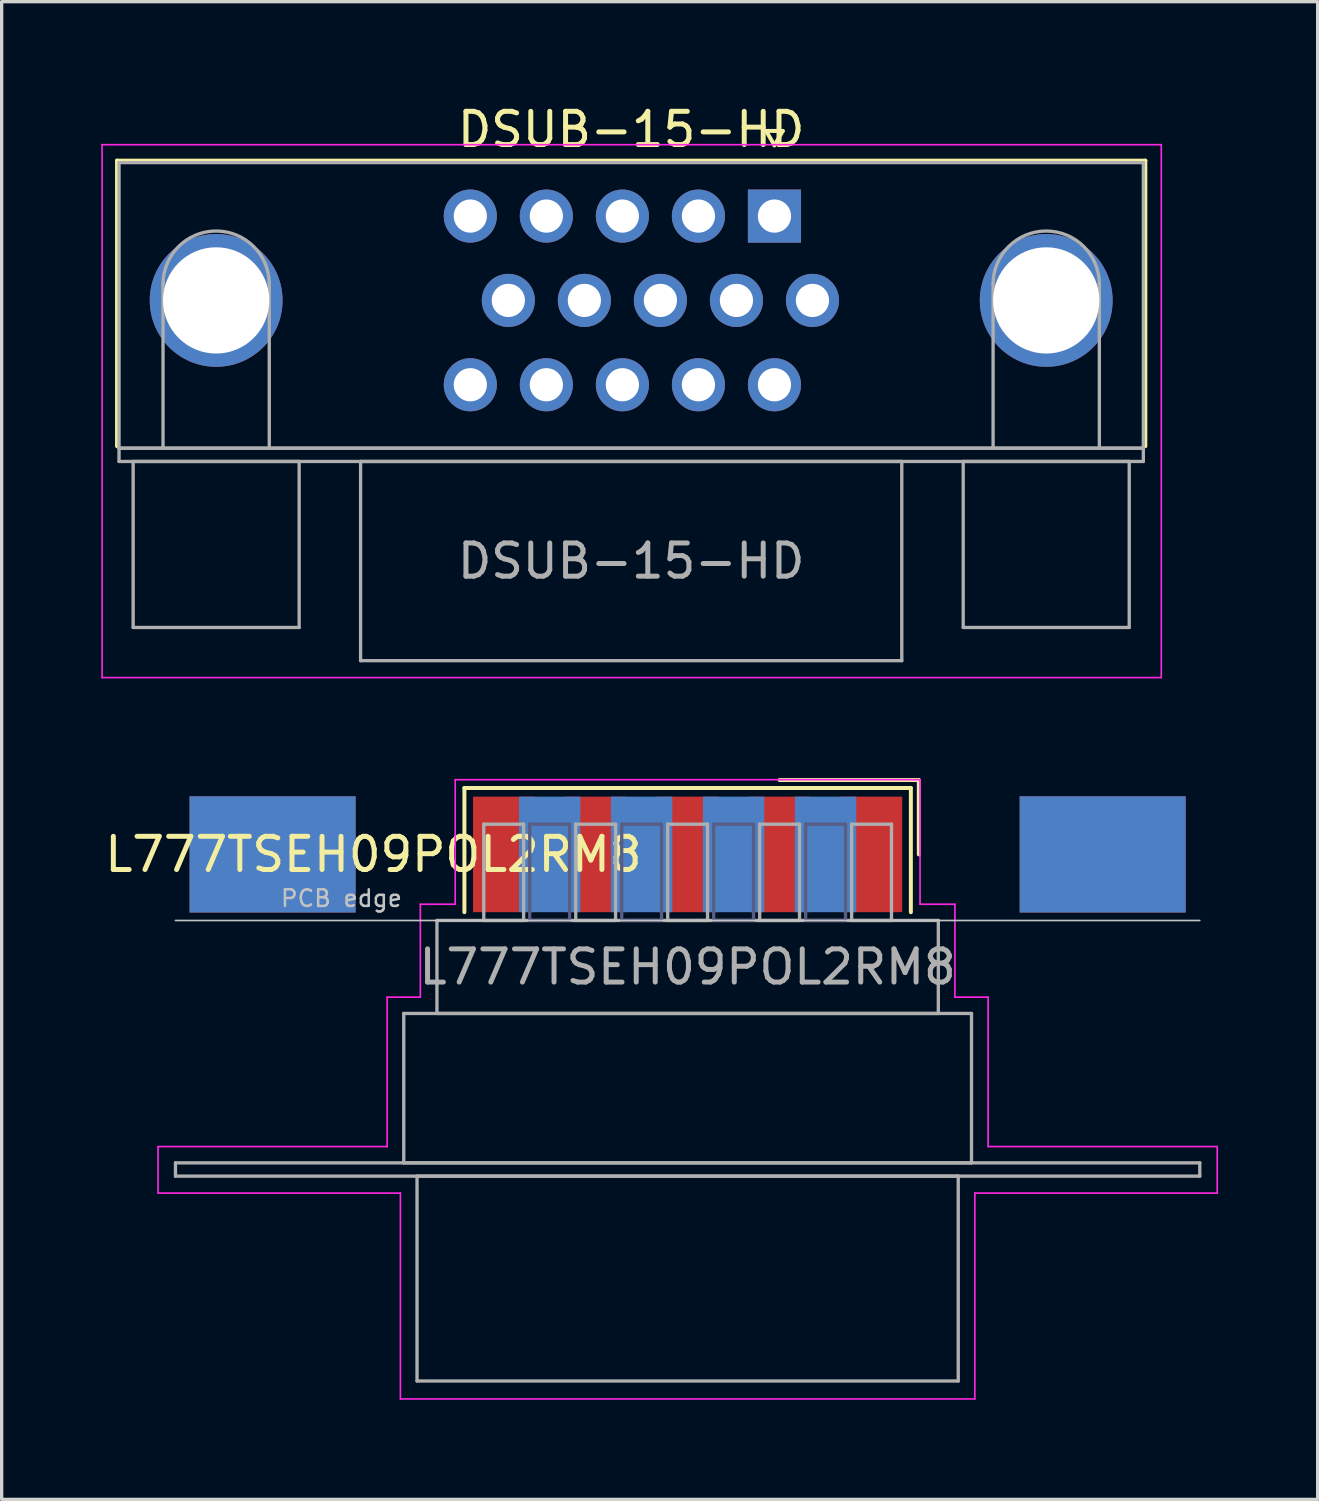
<source format=kicad_pcb>
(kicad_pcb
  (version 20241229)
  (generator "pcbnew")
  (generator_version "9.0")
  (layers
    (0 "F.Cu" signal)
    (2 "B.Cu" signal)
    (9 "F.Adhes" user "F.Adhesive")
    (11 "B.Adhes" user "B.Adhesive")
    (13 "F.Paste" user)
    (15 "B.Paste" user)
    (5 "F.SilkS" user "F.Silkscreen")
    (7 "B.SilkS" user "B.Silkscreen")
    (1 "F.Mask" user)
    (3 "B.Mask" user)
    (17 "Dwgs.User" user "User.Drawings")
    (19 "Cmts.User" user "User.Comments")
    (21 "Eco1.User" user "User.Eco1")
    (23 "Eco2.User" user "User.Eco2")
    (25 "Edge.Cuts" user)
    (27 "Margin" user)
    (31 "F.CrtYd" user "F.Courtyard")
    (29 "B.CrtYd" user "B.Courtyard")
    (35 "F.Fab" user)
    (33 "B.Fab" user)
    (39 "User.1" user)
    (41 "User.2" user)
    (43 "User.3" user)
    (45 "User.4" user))
  (footprint "DSUB-15-HD"
    (layer "F.Cu")
    (at 20.275 3.458)
    (property "Reference" "DSUB-15-HD" (at -4.315 -2.61 0) (layer "F.SilkS") (effects (font (size 1 1) (thickness 0.15))))
    (attr through_hole)
    (fp_line (start -19.8 -1.67) (end 11.17 -1.67) (stroke (width 0.12) (type solid)) (layer "F.SilkS"))
    (fp_line (start -19.8 6.93) (end -19.8 -1.67) (stroke (width 0.12) (type solid)) (layer "F.SilkS"))
    (fp_line (start -0.25 -2.564) (end 0.25 -2.564) (stroke (width 0.12) (type solid)) (layer "F.SilkS"))
    (fp_line (start 0 -2.131) (end -0.25 -2.564) (stroke (width 0.12) (type solid)) (layer "F.SilkS"))
    (fp_line (start 0.25 -2.564) (end 0 -2.131) (stroke (width 0.12) (type solid)) (layer "F.SilkS"))
    (fp_line (start 11.17 -1.67) (end 11.17 6.93) (stroke (width 0.12) (type solid)) (layer "F.SilkS"))
    (fp_line (start -20.25 -2.15) (end -20.25 13.9) (stroke (width 0.05) (type solid)) (layer "F.CrtYd"))
    (fp_line (start -20.25 13.9) (end 11.65 13.9) (stroke (width 0.05) (type solid)) (layer "F.CrtYd"))
    (fp_line (start 11.65 -2.15) (end -20.25 -2.15) (stroke (width 0.05) (type solid)) (layer "F.CrtYd"))
    (fp_line (start 11.65 13.9) (end 11.65 -2.15) (stroke (width 0.05) (type solid)) (layer "F.CrtYd"))
    (fp_line (start -19.74 -1.61) (end -19.74 6.99) (stroke (width 0.1) (type solid)) (layer "F.Fab"))
    (fp_line (start -19.74 6.99) (end -19.74 7.39) (stroke (width 0.1) (type solid)) (layer "F.Fab"))
    (fp_line (start -19.74 6.99) (end 11.11 6.99) (stroke (width 0.1) (type solid)) (layer "F.Fab"))
    (fp_line (start -19.74 7.39) (end 11.11 7.39) (stroke (width 0.1) (type solid)) (layer "F.Fab"))
    (fp_line (start -19.315 7.39) (end -19.315 12.39) (stroke (width 0.1) (type solid)) (layer "F.Fab"))
    (fp_line (start -19.315 12.39) (end -14.315 12.39) (stroke (width 0.1) (type solid)) (layer "F.Fab"))
    (fp_line (start -18.415 6.99) (end -18.415 2.05) (stroke (width 0.1) (type solid)) (layer "F.Fab"))
    (fp_line (start -15.215 6.99) (end -15.215 2.05) (stroke (width 0.1) (type solid)) (layer "F.Fab"))
    (fp_line (start -14.315 7.39) (end -19.315 7.39) (stroke (width 0.1) (type solid)) (layer "F.Fab"))
    (fp_line (start -14.315 12.39) (end -14.315 7.39) (stroke (width 0.1) (type solid)) (layer "F.Fab"))
    (fp_line (start -12.465 7.39) (end -12.465 13.39) (stroke (width 0.1) (type solid)) (layer "F.Fab"))
    (fp_line (start -12.465 13.39) (end 3.835 13.39) (stroke (width 0.1) (type solid)) (layer "F.Fab"))
    (fp_line (start 3.835 7.39) (end -12.465 7.39) (stroke (width 0.1) (type solid)) (layer "F.Fab"))
    (fp_line (start 3.835 13.39) (end 3.835 7.39) (stroke (width 0.1) (type solid)) (layer "F.Fab"))
    (fp_line (start 5.685 7.39) (end 5.685 12.39) (stroke (width 0.1) (type solid)) (layer "F.Fab"))
    (fp_line (start 5.685 12.39) (end 10.685 12.39) (stroke (width 0.1) (type solid)) (layer "F.Fab"))
    (fp_line (start 6.585 6.99) (end 6.585 2.05) (stroke (width 0.1) (type solid)) (layer "F.Fab"))
    (fp_line (start 9.785 6.99) (end 9.785 2.05) (stroke (width 0.1) (type solid)) (layer "F.Fab"))
    (fp_line (start 10.685 7.39) (end 5.685 7.39) (stroke (width 0.1) (type solid)) (layer "F.Fab"))
    (fp_line (start 10.685 12.39) (end 10.685 7.39) (stroke (width 0.1) (type solid)) (layer "F.Fab"))
    (fp_line (start 11.11 -1.61) (end -19.74 -1.61) (stroke (width 0.1) (type solid)) (layer "F.Fab"))
    (fp_line (start 11.11 6.99) (end -19.74 6.99) (stroke (width 0.1) (type solid)) (layer "F.Fab"))
    (fp_line (start 11.11 6.99) (end 11.11 -1.61) (stroke (width 0.1) (type solid)) (layer "F.Fab"))
    (fp_line (start 11.11 7.39) (end 11.11 6.99) (stroke (width 0.1) (type solid)) (layer "F.Fab"))
    (fp_arc (start -18.415 2.05) (mid -16.815 0.45) (end -15.215 2.05) (stroke (width 0.1) (type solid)) (layer "F.Fab"))
    (fp_arc (start 6.585 2.05) (mid 8.185 0.45) (end 9.785 2.05) (stroke (width 0.1) (type solid)) (layer "F.Fab"))
    (fp_text user "${REFERENCE}" (at -4.315 10.39 0) (layer "F.Fab") (effects (font (size 1 1) (thickness 0.15))))
    (pad "0" thru_hole circle (at -16.815 2.54) (size 4 4) (drill 3.2) (layers "*.Cu" "*.Mask"))
    (pad "0" thru_hole circle (at 8.185 2.54) (size 4 4) (drill 3.2) (layers "*.Cu" "*.Mask"))
    (pad "1" thru_hole rect (at 0 0) (size 1.6 1.6) (drill 1) (layers "*.Cu" "*.Mask"))
    (pad "2" thru_hole circle (at -2.29 0) (size 1.6 1.6) (drill 1) (layers "*.Cu" "*.Mask"))
    (pad "3" thru_hole circle (at -4.58 0) (size 1.6 1.6) (drill 1) (layers "*.Cu" "*.Mask"))
    (pad "4" thru_hole circle (at -6.87 0) (size 1.6 1.6) (drill 1) (layers "*.Cu" "*.Mask"))
    (pad "5" thru_hole circle (at -9.16 0) (size 1.6 1.6) (drill 1) (layers "*.Cu" "*.Mask"))
    (pad "6" thru_hole circle (at 1.145 2.54) (size 1.6 1.6) (drill 1) (layers "*.Cu" "*.Mask"))
    (pad "7" thru_hole circle (at -1.145 2.54) (size 1.6 1.6) (drill 1) (layers "*.Cu" "*.Mask"))
    (pad "8" thru_hole circle (at -3.435 2.54) (size 1.6 1.6) (drill 1) (layers "*.Cu" "*.Mask"))
    (pad "9" thru_hole circle (at -5.725 2.54) (size 1.6 1.6) (drill 1) (layers "*.Cu" "*.Mask"))
    (pad "10" thru_hole circle (at -8.015 2.54) (size 1.6 1.6) (drill 1) (layers "*.Cu" "*.Mask"))
    (pad "11" thru_hole circle (at 0 5.08) (size 1.6 1.6) (drill 1) (layers "*.Cu" "*.Mask"))
    (pad "12" thru_hole circle (at -2.29 5.08) (size 1.6 1.6) (drill 1) (layers "*.Cu" "*.Mask"))
    (pad "13" thru_hole circle (at -4.58 5.08) (size 1.6 1.6) (drill 1) (layers "*.Cu" "*.Mask"))
    (pad "14" thru_hole circle (at -6.87 5.08) (size 1.6 1.6) (drill 1) (layers "*.Cu" "*.Mask"))
    (pad "15" thru_hole circle (at -9.16 5.08) (size 1.6 1.6) (drill 1) (layers "*.Cu" "*.Mask")))
  (footprint "L777TSEH09POL2RM8"
    (layer "F.Cu")
    (at 17.66 22.683)
    (property "Reference" "L777TSEH09POL2RM8" (at -9.463 0 0) (layer "F.SilkS") (effects (font (size 1 1) (thickness 0.15))))
    (attr smd)
    (fp_line (start -6.723 -2) (end -6.723 1.74) (stroke (width 0.12) (type solid)) (layer "F.SilkS"))
    (fp_line (start 6.723 -2) (end -6.723 -2) (stroke (width 0.12) (type solid)) (layer "F.SilkS"))
    (fp_line (start 6.723 1.74) (end 6.723 -2) (stroke (width 0.12) (type solid)) (layer "F.SilkS"))
    (fp_line (start 6.963 -2.24) (end 2.77 -2.24) (stroke (width 0.12) (type solid)) (layer "F.SilkS"))
    (fp_line (start 6.963 0) (end 6.963 -2.24) (stroke (width 0.12) (type solid)) (layer "F.SilkS"))
    (fp_line (start -15.425 1.99) (end 15.425 1.99) (stroke (width 0.05) (type solid)) (layer "Dwgs.User"))
    (fp_line (start -15.95 8.8) (end -9.05 8.8) (stroke (width 0.05) (type solid)) (layer "F.CrtYd"))
    (fp_line (start -15.95 10.2) (end -15.95 8.8) (stroke (width 0.05) (type solid)) (layer "F.CrtYd"))
    (fp_line (start -9.05 4.3) (end -8.05 4.3) (stroke (width 0.05) (type solid)) (layer "F.CrtYd"))
    (fp_line (start -9.05 8.8) (end -9.05 4.3) (stroke (width 0.05) (type solid)) (layer "F.CrtYd"))
    (fp_line (start -8.65 10.2) (end -15.95 10.2) (stroke (width 0.05) (type solid)) (layer "F.CrtYd"))
    (fp_line (start -8.65 16.4) (end -8.65 10.2) (stroke (width 0.05) (type solid)) (layer "F.CrtYd"))
    (fp_line (start -8.05 1.5) (end -7 1.5) (stroke (width 0.05) (type solid)) (layer "F.CrtYd"))
    (fp_line (start -8.05 4.3) (end -8.05 1.5) (stroke (width 0.05) (type solid)) (layer "F.CrtYd"))
    (fp_line (start -7 -2.25) (end 7 -2.25) (stroke (width 0.05) (type solid)) (layer "F.CrtYd"))
    (fp_line (start -7 1.5) (end -7 -2.25) (stroke (width 0.05) (type solid)) (layer "F.CrtYd"))
    (fp_line (start 7 -2.25) (end 7 1.5) (stroke (width 0.05) (type solid)) (layer "F.CrtYd"))
    (fp_line (start 7 1.5) (end 8.05 1.5) (stroke (width 0.05) (type solid)) (layer "F.CrtYd"))
    (fp_line (start 8.05 1.5) (end 8.05 4.3) (stroke (width 0.05) (type solid)) (layer "F.CrtYd"))
    (fp_line (start 8.05 4.3) (end 9.05 4.3) (stroke (width 0.05) (type solid)) (layer "F.CrtYd"))
    (fp_line (start 8.65 10.2) (end 8.65 16.4) (stroke (width 0.05) (type solid)) (layer "F.CrtYd"))
    (fp_line (start 8.65 16.4) (end -8.65 16.4) (stroke (width 0.05) (type solid)) (layer "F.CrtYd"))
    (fp_line (start 9.05 4.3) (end 9.05 8.8) (stroke (width 0.05) (type solid)) (layer "F.CrtYd"))
    (fp_line (start 9.05 8.8) (end 15.95 8.8) (stroke (width 0.05) (type solid)) (layer "F.CrtYd"))
    (fp_line (start 15.95 8.8) (end 15.95 10.2) (stroke (width 0.05) (type solid)) (layer "F.CrtYd"))
    (fp_line (start 15.95 10.2) (end 8.65 10.2) (stroke (width 0.05) (type solid)) (layer "F.CrtYd"))
    (fp_line (start -4.755 -0.91) (end -4.755 1.99) (stroke (width 0.1) (type solid)) (layer "B.Fab"))
    (fp_line (start -4.755 1.99) (end -3.555 1.99) (stroke (width 0.1) (type solid)) (layer "B.Fab"))
    (fp_line (start -3.555 -0.91) (end -4.755 -0.91) (stroke (width 0.1) (type solid)) (layer "B.Fab"))
    (fp_line (start -3.555 1.99) (end -3.555 -0.91) (stroke (width 0.1) (type solid)) (layer "B.Fab"))
    (fp_line (start -1.985 -0.91) (end -1.985 1.99) (stroke (width 0.1) (type solid)) (layer "B.Fab"))
    (fp_line (start -1.985 1.99) (end -0.785 1.99) (stroke (width 0.1) (type solid)) (layer "B.Fab"))
    (fp_line (start -0.785 -0.91) (end -1.985 -0.91) (stroke (width 0.1) (type solid)) (layer "B.Fab"))
    (fp_line (start -0.785 1.99) (end -0.785 -0.91) (stroke (width 0.1) (type solid)) (layer "B.Fab"))
    (fp_line (start 0.785 -0.91) (end 0.785 1.99) (stroke (width 0.1) (type solid)) (layer "B.Fab"))
    (fp_line (start 0.785 1.99) (end 1.985 1.99) (stroke (width 0.1) (type solid)) (layer "B.Fab"))
    (fp_line (start 1.985 -0.91) (end 0.785 -0.91) (stroke (width 0.1) (type solid)) (layer "B.Fab"))
    (fp_line (start 1.985 1.99) (end 1.985 -0.91) (stroke (width 0.1) (type solid)) (layer "B.Fab"))
    (fp_line (start 3.555 -0.91) (end 3.555 1.99) (stroke (width 0.1) (type solid)) (layer "B.Fab"))
    (fp_line (start 3.555 1.99) (end 4.755 1.99) (stroke (width 0.1) (type solid)) (layer "B.Fab"))
    (fp_line (start 4.755 -0.91) (end 3.555 -0.91) (stroke (width 0.1) (type solid)) (layer "B.Fab"))
    (fp_line (start 4.755 1.99) (end 4.755 -0.91) (stroke (width 0.1) (type solid)) (layer "B.Fab"))
    (fp_line (start -15.425 9.29) (end -15.425 9.69) (stroke (width 0.1) (type solid)) (layer "F.Fab"))
    (fp_line (start -15.425 9.69) (end 15.425 9.69) (stroke (width 0.1) (type solid)) (layer "F.Fab"))
    (fp_line (start -8.55 4.79) (end -8.55 9.29) (stroke (width 0.1) (type solid)) (layer "F.Fab"))
    (fp_line (start -8.55 9.29) (end 8.55 9.29) (stroke (width 0.1) (type solid)) (layer "F.Fab"))
    (fp_line (start -8.15 9.69) (end -8.15 15.86) (stroke (width 0.1) (type solid)) (layer "F.Fab"))
    (fp_line (start -8.15 15.86) (end 8.15 15.86) (stroke (width 0.1) (type solid)) (layer "F.Fab"))
    (fp_line (start -7.55 1.99) (end -7.55 4.79) (stroke (width 0.1) (type solid)) (layer "F.Fab"))
    (fp_line (start -7.55 4.79) (end 7.55 4.79) (stroke (width 0.1) (type solid)) (layer "F.Fab"))
    (fp_line (start -6.14 -0.91) (end -6.14 1.99) (stroke (width 0.1) (type solid)) (layer "F.Fab"))
    (fp_line (start -6.14 1.99) (end -4.94 1.99) (stroke (width 0.1) (type solid)) (layer "F.Fab"))
    (fp_line (start -4.94 -0.91) (end -6.14 -0.91) (stroke (width 0.1) (type solid)) (layer "F.Fab"))
    (fp_line (start -4.94 1.99) (end -4.94 -0.91) (stroke (width 0.1) (type solid)) (layer "F.Fab"))
    (fp_line (start -3.37 -0.91) (end -3.37 1.99) (stroke (width 0.1) (type solid)) (layer "F.Fab"))
    (fp_line (start -3.37 1.99) (end -2.17 1.99) (stroke (width 0.1) (type solid)) (layer "F.Fab"))
    (fp_line (start -2.17 -0.91) (end -3.37 -0.91) (stroke (width 0.1) (type solid)) (layer "F.Fab"))
    (fp_line (start -2.17 1.99) (end -2.17 -0.91) (stroke (width 0.1) (type solid)) (layer "F.Fab"))
    (fp_line (start -0.6 -0.91) (end -0.6 1.99) (stroke (width 0.1) (type solid)) (layer "F.Fab"))
    (fp_line (start -0.6 1.99) (end 0.6 1.99) (stroke (width 0.1) (type solid)) (layer "F.Fab"))
    (fp_line (start 0.6 -0.91) (end -0.6 -0.91) (stroke (width 0.1) (type solid)) (layer "F.Fab"))
    (fp_line (start 0.6 1.99) (end 0.6 -0.91) (stroke (width 0.1) (type solid)) (layer "F.Fab"))
    (fp_line (start 2.17 -0.91) (end 2.17 1.99) (stroke (width 0.1) (type solid)) (layer "F.Fab"))
    (fp_line (start 2.17 1.99) (end 3.37 1.99) (stroke (width 0.1) (type solid)) (layer "F.Fab"))
    (fp_line (start 3.37 -0.91) (end 2.17 -0.91) (stroke (width 0.1) (type solid)) (layer "F.Fab"))
    (fp_line (start 3.37 1.99) (end 3.37 -0.91) (stroke (width 0.1) (type solid)) (layer "F.Fab"))
    (fp_line (start 4.94 -0.91) (end 4.94 1.99) (stroke (width 0.1) (type solid)) (layer "F.Fab"))
    (fp_line (start 4.94 1.99) (end 6.14 1.99) (stroke (width 0.1) (type solid)) (layer "F.Fab"))
    (fp_line (start 6.14 -0.91) (end 4.94 -0.91) (stroke (width 0.1) (type solid)) (layer "F.Fab"))
    (fp_line (start 6.14 1.99) (end 6.14 -0.91) (stroke (width 0.1) (type solid)) (layer "F.Fab"))
    (fp_line (start 7.55 1.99) (end -7.55 1.99) (stroke (width 0.1) (type solid)) (layer "F.Fab"))
    (fp_line (start 7.55 4.79) (end 7.55 1.99) (stroke (width 0.1) (type solid)) (layer "F.Fab"))
    (fp_line (start 8.15 9.69) (end -8.15 9.69) (stroke (width 0.1) (type solid)) (layer "F.Fab"))
    (fp_line (start 8.15 15.86) (end 8.15 9.69) (stroke (width 0.1) (type solid)) (layer "F.Fab"))
    (fp_line (start 8.55 4.79) (end -8.55 4.79) (stroke (width 0.1) (type solid)) (layer "F.Fab"))
    (fp_line (start 8.55 9.29) (end 8.55 4.79) (stroke (width 0.1) (type solid)) (layer "F.Fab"))
    (fp_line (start 15.425 9.29) (end -15.425 9.29) (stroke (width 0.1) (type solid)) (layer "F.Fab"))
    (fp_line (start 15.425 9.69) (end 15.425 9.29) (stroke (width 0.1) (type solid)) (layer "F.Fab"))
    (fp_text user "PCB edge" (at -10.425 1.323 0) (layer "Dwgs.User") (effects (font (size 0.5 0.5) (thickness 0.075))))
    (fp_text user "${REFERENCE}" (at 0 3.39 0) (layer "F.Fab") (effects (font (size 1 1) (thickness 0.15))))
    (pad "0" smd rect (at -12.5 0) (size 5 3.5) (layers "F.Cu" "F.Mask" "F.Paste"))
    (pad "0" smd rect (at -12.5 0) (size 5 3.5) (layers "F.Mask" "B.Cu" "F.Paste"))
    (pad "0" smd rect (at 12.5 0) (size 5 3.5) (layers "F.Cu" "F.Mask" "F.Paste"))
    (pad "0" smd rect (at 12.5 0) (size 5 3.5) (layers "F.Mask" "B.Cu" "F.Paste"))
    (pad "1" smd rect (at 5.54 0) (size 1.847 3.48) (layers "F.Cu" "F.Mask" "F.Paste"))
    (pad "2" smd rect (at 2.77 0) (size 1.847 3.48) (layers "F.Cu" "F.Mask" "F.Paste"))
    (pad "3" smd rect (at 0 0) (size 1.847 3.48) (layers "F.Cu" "F.Mask" "F.Paste"))
    (pad "4" smd rect (at -2.77 0) (size 1.847 3.48) (layers "F.Cu" "F.Mask" "F.Paste"))
    (pad "5" smd rect (at -5.54 0) (size 1.847 3.48) (layers "F.Cu" "F.Mask" "F.Paste"))
    (pad "6" smd rect (at 4.155 0) (size 1.847 3.48) (layers "B.Cu" "B.Mask" "B.Paste"))
    (pad "7" smd rect (at 1.385 0) (size 1.847 3.48) (layers "B.Cu" "B.Mask" "B.Paste"))
    (pad "8" smd rect (at -1.385 0) (size 1.847 3.48) (layers "B.Cu" "B.Mask" "B.Paste"))
    (pad "9" smd rect (at -4.155 0) (size 1.847 3.48) (layers "B.Cu" "B.Mask" "B.Paste")))
  (gr_rect
    (start -3 -3)
    (end 36.635 42.108)
    (stroke (width 0.1) (type default))
    (fill no)
    (layer "Edge.Cuts")))
</source>
